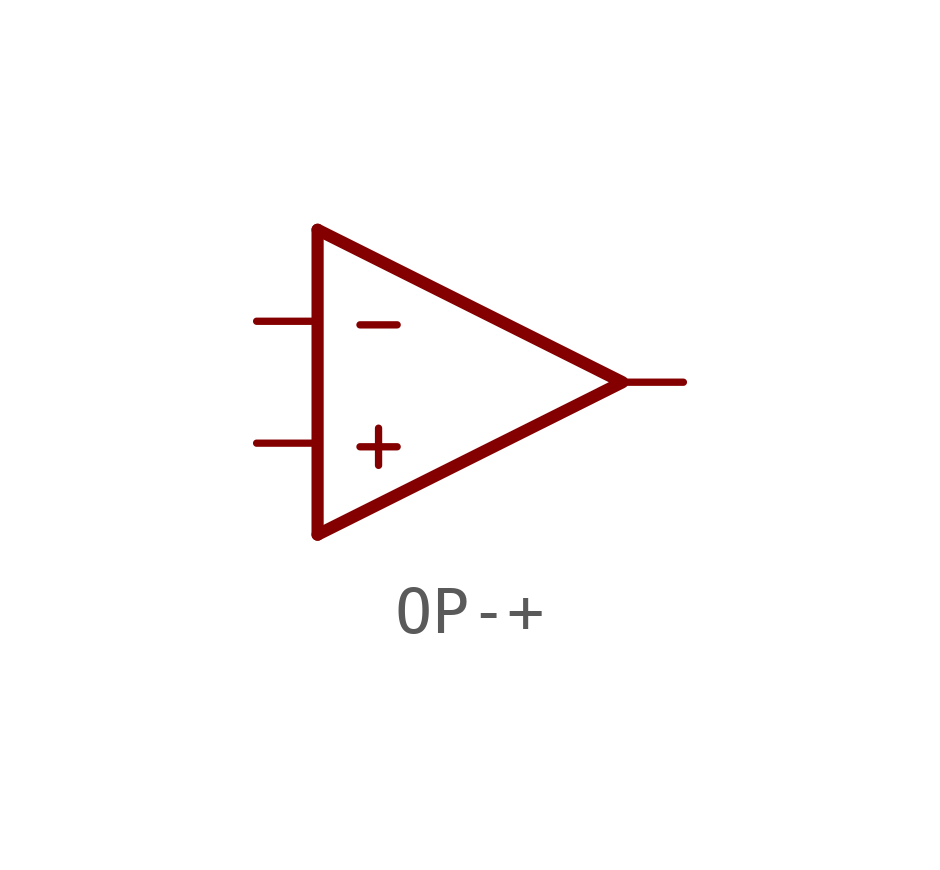
<source format=kicad_sym>
(kicad_symbol_lib
  (version 20231120)
  (generator "kicad_symbol_editor")
  (generator_version "8.0")
  (symbol "OP-+"
    (pin_numbers hide)
    (pin_names
      (offset 1.016))
    (property "Reference" "U"
      (at 0 3.175 0)
      (effects (font (size 1.524 1.524)) (justify left) (hide yes)))
    (property "Footprint" ""
      (at 3.81 0 0)
      (effects (font (size 1.524 1.524))))
    (property "Datasheet" ""
      (at 3.81 0 0)
      (effects (font (size 1.524 1.524))))
    (symbol "OP-+_0_0"
      (text "+" (at -1.27 -1.27 0) (effects (font (size 1.016 1.016))))
      (text "-" (at -1.27 1.27 0) (effects (font (size 1.016 1.016)))))
    (symbol "OP-+_0_1"
      (polyline (pts (xy -2.54 3.175) (xy -2.54 -3.175)) (stroke (width 0.254) (type default)) (fill (type none)))
      (polyline (pts (xy -2.54 3.175) (xy 3.81 0) (xy -2.54 -3.175)) (stroke (width 0.254) (type default)) (fill (type none))))
    (symbol "OP-+_1_1"
      (pin output line (at 5.08 0 180) (length 1.27) (name "~" (effects (font (size 1.016 1.016)))) (number "1" (effects (font (size 1.016 1.016)))))
      (pin input line (at -3.81 -1.27 0) (length 1.27) (name "~" (effects (font (size 1.905 1.905)))) (number "~" (effects (font (size 1.016 1.016)))))
      (pin input line (at -3.81 1.27 0) (length 1.27) (name "~" (effects (font (size 1.905 1.905)))) (number "~" (effects (font (size 1.016 1.016))))))))
</source>
